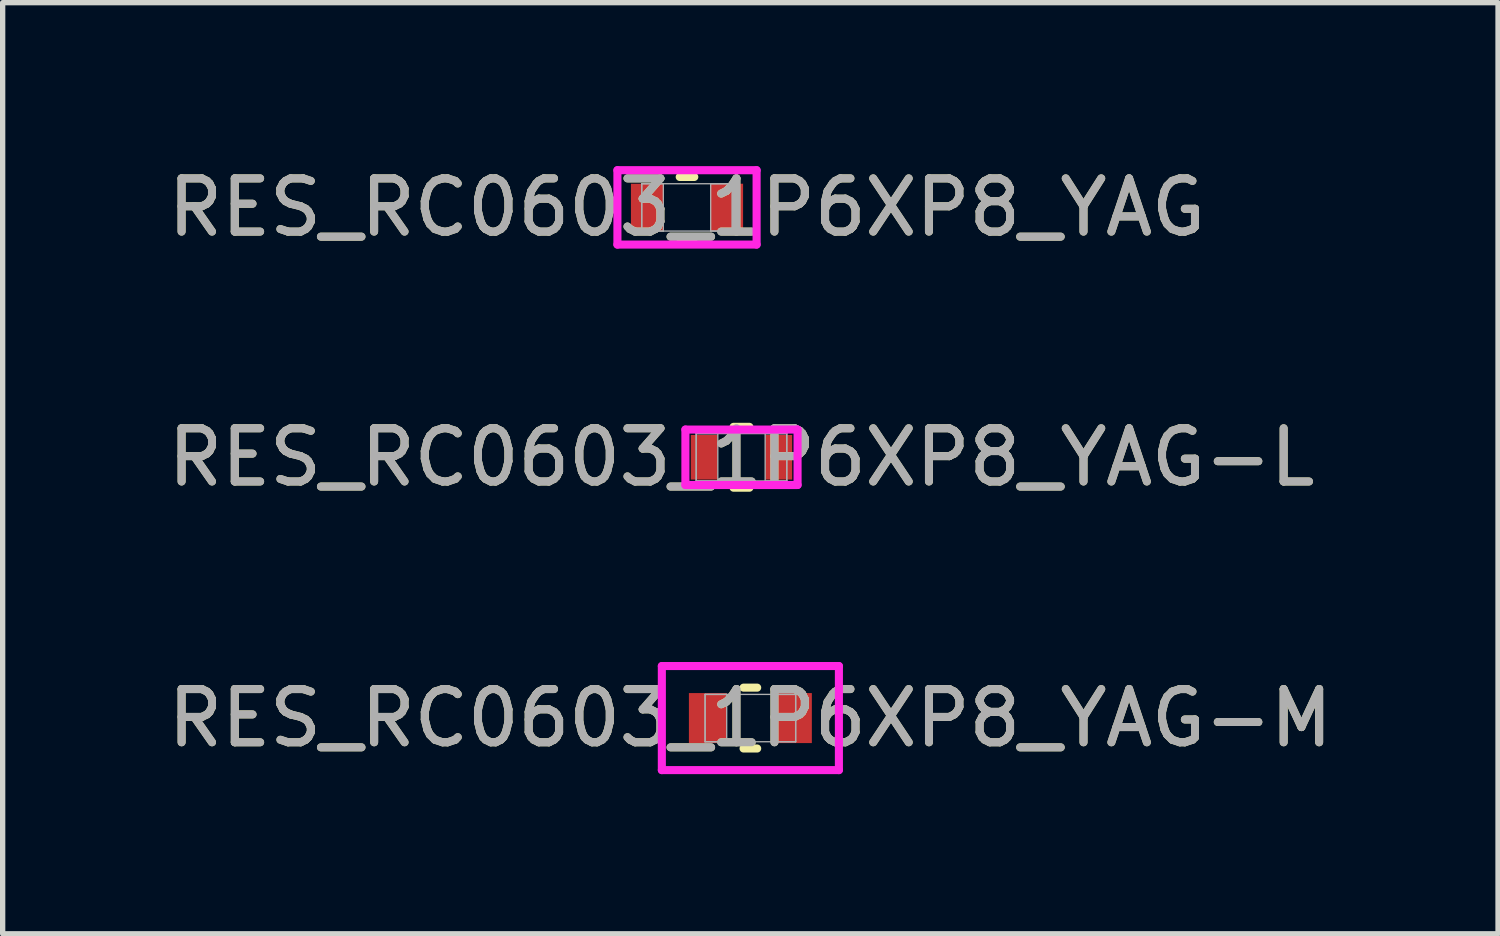
<source format=kicad_pcb>
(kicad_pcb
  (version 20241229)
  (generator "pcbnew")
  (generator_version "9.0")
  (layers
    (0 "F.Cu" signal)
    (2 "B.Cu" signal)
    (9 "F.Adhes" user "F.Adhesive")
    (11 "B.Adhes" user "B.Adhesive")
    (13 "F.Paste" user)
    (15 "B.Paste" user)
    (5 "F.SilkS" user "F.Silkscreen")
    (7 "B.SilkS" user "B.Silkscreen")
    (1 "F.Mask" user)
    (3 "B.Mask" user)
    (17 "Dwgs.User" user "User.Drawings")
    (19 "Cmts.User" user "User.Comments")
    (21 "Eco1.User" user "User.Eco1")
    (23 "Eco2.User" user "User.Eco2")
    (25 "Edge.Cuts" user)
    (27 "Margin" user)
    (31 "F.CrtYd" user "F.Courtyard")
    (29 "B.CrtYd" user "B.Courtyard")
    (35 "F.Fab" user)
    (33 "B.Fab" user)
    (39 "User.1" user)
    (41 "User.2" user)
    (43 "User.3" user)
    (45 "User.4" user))
  (footprint "RES_RC0603_1P6XP8_YAG-L"
    (layer "F.Cu")
    (at 10.887 5.545)
    (property "Reference" "RES_RC0603_1P6XP8_YAG-L" (at 0 0 0) (unlocked yes) (layer "F.SilkS") (effects (font (size 1 1) (thickness 0.15))))
    (attr smd)
    (fp_line (start -0.149 0.572) (end 0.149 0.572) (stroke (width 0.152) (type solid)) (layer "F.SilkS"))
    (fp_line (start 0.149 -0.572) (end -0.149 -0.572) (stroke (width 0.152) (type solid)) (layer "F.SilkS"))
    (fp_line (start -1.054 -0.521) (end 1.054 -0.521) (stroke (width 0.152) (type solid)) (layer "F.CrtYd"))
    (fp_line (start -1.054 0.521) (end -1.054 -0.521) (stroke (width 0.152) (type solid)) (layer "F.CrtYd"))
    (fp_line (start 1.054 -0.521) (end 1.054 0.521) (stroke (width 0.152) (type solid)) (layer "F.CrtYd"))
    (fp_line (start 1.054 0.521) (end -1.054 0.521) (stroke (width 0.152) (type solid)) (layer "F.CrtYd"))
    (fp_line (start -0.851 -0.445) (end -0.851 0.445) (stroke (width 0.025) (type solid)) (layer "F.Fab"))
    (fp_line (start -0.851 -0.445) (end -0.851 0.445) (stroke (width 0.025) (type solid)) (layer "F.Fab"))
    (fp_line (start -0.851 0.445) (end -0.445 0.445) (stroke (width 0.025) (type solid)) (layer "F.Fab"))
    (fp_line (start -0.851 0.445) (end 0.851 0.445) (stroke (width 0.025) (type solid)) (layer "F.Fab"))
    (fp_line (start -0.445 -0.445) (end -0.851 -0.445) (stroke (width 0.025) (type solid)) (layer "F.Fab"))
    (fp_line (start -0.445 0.445) (end -0.445 -0.445) (stroke (width 0.025) (type solid)) (layer "F.Fab"))
    (fp_line (start 0.445 -0.445) (end 0.445 0.445) (stroke (width 0.025) (type solid)) (layer "F.Fab"))
    (fp_line (start 0.445 0.445) (end 0.851 0.445) (stroke (width 0.025) (type solid)) (layer "F.Fab"))
    (fp_line (start 0.851 -0.445) (end -0.851 -0.445) (stroke (width 0.025) (type solid)) (layer "F.Fab"))
    (fp_line (start 0.851 -0.445) (end 0.445 -0.445) (stroke (width 0.025) (type solid)) (layer "F.Fab"))
    (fp_line (start 0.851 0.445) (end 0.851 -0.445) (stroke (width 0.025) (type solid)) (layer "F.Fab"))
    (fp_line (start 0.851 0.445) (end 0.851 -0.445) (stroke (width 0.025) (type solid)) (layer "F.Fab"))
    (fp_text user "${REFERENCE}" (at 0 0 0) (unlocked yes) (layer "F.Fab") (effects (font (size 1 1) (thickness 0.15))))
    (pad "1" smd rect (at -0.699 0) (size 0.508 0.838) (layers "F.Cu" "F.Mask" "F.Paste"))
    (pad "2" smd rect (at 0.699 0) (size 0.508 0.838) (layers "F.Cu" "F.Mask" "F.Paste"))
    (zone (net_name "") (layer "F.Cu") (hatch full 0.508) (connect_pads) (min_thickness 0.254) (filled_areas_thickness no) (keepout (tracks not_allowed) (vias not_allowed) (pads allowed) (copperpour not_allowed) (footprints allowed)) (placement (enabled no)) (fill) (polygon (pts (xy 10.493 5.151) (xy 11.281 5.151) (xy 11.281 5.938) (xy 10.493 5.938)))))
  (footprint "RES_RC0603_1P6XP8_YAG"
    (layer "F.Cu")
    (at 9.863 0.848)
    (property "Reference" "RES_RC0603_1P6XP8_YAG" (at 0 0 0) (unlocked yes) (layer "F.SilkS") (effects (font (size 1 1) (thickness 0.15))))
    (attr smd)
    (fp_line (start -0.137 0.572) (end 0.137 0.572) (stroke (width 0.152) (type solid)) (layer "F.SilkS"))
    (fp_line (start 0.137 -0.572) (end -0.137 -0.572) (stroke (width 0.152) (type solid)) (layer "F.SilkS"))
    (fp_line (start -1.308 -0.699) (end 1.308 -0.699) (stroke (width 0.152) (type solid)) (layer "F.CrtYd"))
    (fp_line (start -1.308 0.699) (end -1.308 -0.699) (stroke (width 0.152) (type solid)) (layer "F.CrtYd"))
    (fp_line (start 1.308 -0.699) (end 1.308 0.699) (stroke (width 0.152) (type solid)) (layer "F.CrtYd"))
    (fp_line (start 1.308 0.699) (end -1.308 0.699) (stroke (width 0.152) (type solid)) (layer "F.CrtYd"))
    (fp_line (start -0.851 -0.445) (end -0.851 0.445) (stroke (width 0.025) (type solid)) (layer "F.Fab"))
    (fp_line (start -0.851 -0.445) (end -0.851 0.445) (stroke (width 0.025) (type solid)) (layer "F.Fab"))
    (fp_line (start -0.851 0.445) (end -0.445 0.445) (stroke (width 0.025) (type solid)) (layer "F.Fab"))
    (fp_line (start -0.851 0.445) (end 0.851 0.445) (stroke (width 0.025) (type solid)) (layer "F.Fab"))
    (fp_line (start -0.445 -0.445) (end -0.851 -0.445) (stroke (width 0.025) (type solid)) (layer "F.Fab"))
    (fp_line (start -0.445 0.445) (end -0.445 -0.445) (stroke (width 0.025) (type solid)) (layer "F.Fab"))
    (fp_line (start 0.445 -0.445) (end 0.445 0.445) (stroke (width 0.025) (type solid)) (layer "F.Fab"))
    (fp_line (start 0.445 0.445) (end 0.851 0.445) (stroke (width 0.025) (type solid)) (layer "F.Fab"))
    (fp_line (start 0.851 -0.445) (end -0.851 -0.445) (stroke (width 0.025) (type solid)) (layer "F.Fab"))
    (fp_line (start 0.851 -0.445) (end 0.445 -0.445) (stroke (width 0.025) (type solid)) (layer "F.Fab"))
    (fp_line (start 0.851 0.445) (end 0.851 -0.445) (stroke (width 0.025) (type solid)) (layer "F.Fab"))
    (fp_line (start 0.851 0.445) (end 0.851 -0.445) (stroke (width 0.025) (type solid)) (layer "F.Fab"))
    (fp_text user "${REFERENCE}" (at 0 0 0) (unlocked yes) (layer "F.Fab") (effects (font (size 1 1) (thickness 0.15))))
    (pad "1" smd rect (at -0.749 0) (size 0.61 0.889) (layers "F.Cu" "F.Mask" "F.Paste"))
    (pad "2" smd rect (at 0.749 0) (size 0.61 0.889) (layers "F.Cu" "F.Mask" "F.Paste"))
    (zone (net_name "") (layer "F.Cu") (hatch full 0.508) (connect_pads) (min_thickness 0.254) (filled_areas_thickness no) (keepout (tracks not_allowed) (vias not_allowed) (pads allowed) (copperpour not_allowed) (footprints allowed)) (placement (enabled no)) (fill) (polygon (pts (xy 9.469 0.455) (xy 10.257 0.455) (xy 10.257 1.242) (xy 9.469 1.242)))))
  (footprint "RES_RC0603_1P6XP8_YAG-M"
    (layer "F.Cu")
    (at 11.054 10.447)
    (property "Reference" "RES_RC0603_1P6XP8_YAG-M" (at 0 0 0) (unlocked yes) (layer "F.SilkS") (effects (font (size 1 1) (thickness 0.15))))
    (attr smd)
    (fp_line (start -0.128 0.572) (end 0.128 0.572) (stroke (width 0.152) (type solid)) (layer "F.SilkS"))
    (fp_line (start 0.128 -0.572) (end -0.128 -0.572) (stroke (width 0.152) (type solid)) (layer "F.SilkS"))
    (fp_line (start -1.664 -0.978) (end 1.664 -0.978) (stroke (width 0.152) (type solid)) (layer "F.CrtYd"))
    (fp_line (start -1.664 0.978) (end -1.664 -0.978) (stroke (width 0.152) (type solid)) (layer "F.CrtYd"))
    (fp_line (start 1.664 -0.978) (end 1.664 0.978) (stroke (width 0.152) (type solid)) (layer "F.CrtYd"))
    (fp_line (start 1.664 0.978) (end -1.664 0.978) (stroke (width 0.152) (type solid)) (layer "F.CrtYd"))
    (fp_line (start -0.851 -0.445) (end -0.851 0.445) (stroke (width 0.025) (type solid)) (layer "F.Fab"))
    (fp_line (start -0.851 -0.445) (end -0.851 0.445) (stroke (width 0.025) (type solid)) (layer "F.Fab"))
    (fp_line (start -0.851 0.445) (end -0.445 0.445) (stroke (width 0.025) (type solid)) (layer "F.Fab"))
    (fp_line (start -0.851 0.445) (end 0.851 0.445) (stroke (width 0.025) (type solid)) (layer "F.Fab"))
    (fp_line (start -0.445 -0.445) (end -0.851 -0.445) (stroke (width 0.025) (type solid)) (layer "F.Fab"))
    (fp_line (start -0.445 0.445) (end -0.445 -0.445) (stroke (width 0.025) (type solid)) (layer "F.Fab"))
    (fp_line (start 0.445 -0.445) (end 0.445 0.445) (stroke (width 0.025) (type solid)) (layer "F.Fab"))
    (fp_line (start 0.445 0.445) (end 0.851 0.445) (stroke (width 0.025) (type solid)) (layer "F.Fab"))
    (fp_line (start 0.851 -0.445) (end -0.851 -0.445) (stroke (width 0.025) (type solid)) (layer "F.Fab"))
    (fp_line (start 0.851 -0.445) (end 0.445 -0.445) (stroke (width 0.025) (type solid)) (layer "F.Fab"))
    (fp_line (start 0.851 0.445) (end 0.851 -0.445) (stroke (width 0.025) (type solid)) (layer "F.Fab"))
    (fp_line (start 0.851 0.445) (end 0.851 -0.445) (stroke (width 0.025) (type solid)) (layer "F.Fab"))
    (fp_text user "${REFERENCE}" (at 0 0 0) (unlocked yes) (layer "F.Fab") (effects (font (size 1 1) (thickness 0.15))))
    (pad "1" smd rect (at -0.8 0) (size 0.711 0.94) (layers "F.Cu" "F.Mask" "F.Paste"))
    (pad "2" smd rect (at 0.8 0) (size 0.711 0.94) (layers "F.Cu" "F.Mask" "F.Paste"))
    (zone (net_name "") (layer "F.Cu") (hatch full 0.508) (connect_pads) (min_thickness 0.254) (filled_areas_thickness no) (keepout (tracks not_allowed) (vias not_allowed) (pads allowed) (copperpour not_allowed) (footprints allowed)) (placement (enabled no)) (fill) (polygon (pts (xy 10.66 10.053) (xy 11.447 10.053) (xy 11.447 10.841) (xy 10.66 10.841)))))
  (gr_rect
    (start -3 -3)
    (end 25.107 14.501)
    (stroke (width 0.1) (type default))
    (fill no)
    (layer "Edge.Cuts")))
</source>
